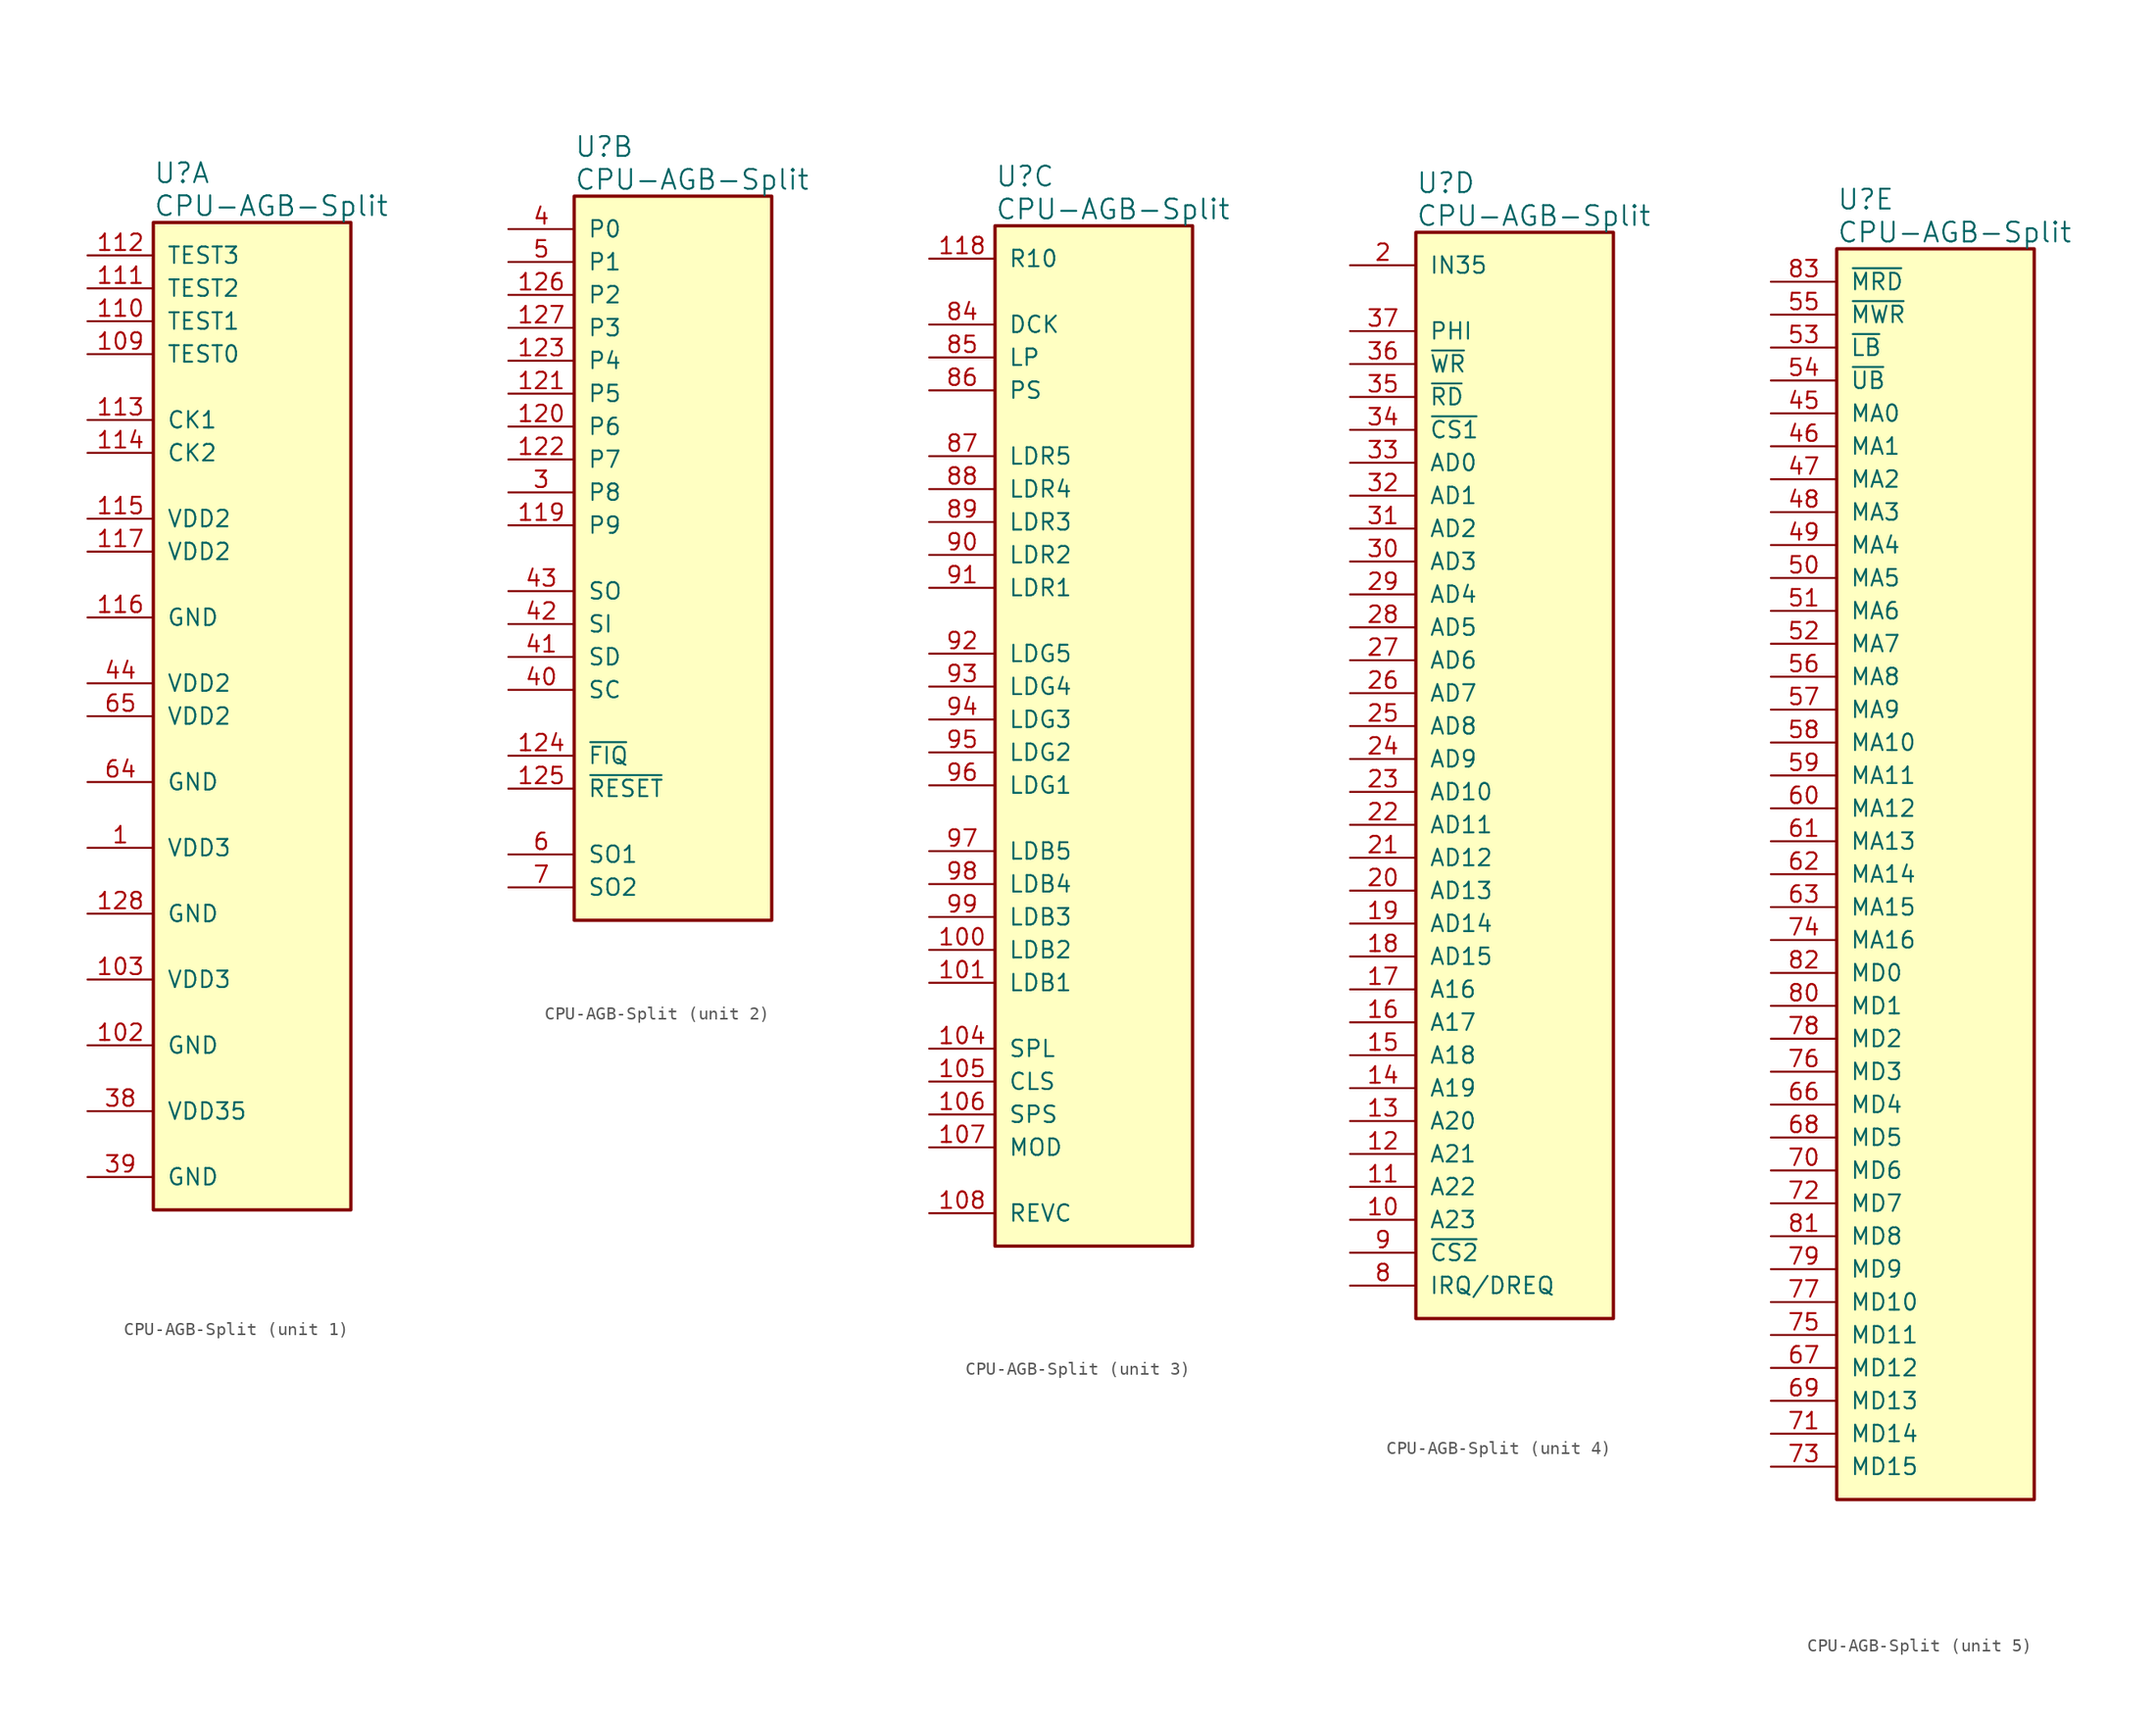
<source format=kicad_sym>
(kicad_symbol_lib
  (version 20231120)
  (generator "kicad_symbol_editor")
  (generator_version "8.0")
  (symbol "CPU-AGB-Split"
    (pin_names
      (offset 1.016))
    (property "Reference" "U"
      (at 5.08 6.35 0)
      (effects (font (size 1.524 1.524)) (justify left)))
    (property "Value" "CPU-AGB-Split"
      (at 5.08 3.81 0)
      (effects (font (size 1.524 1.524)) (justify left)))
    (property "ki_locked" ""
      (at 0 0 0)
      (effects (font (size 1.27 1.27))))
    (symbol "CPU-AGB-Split_1_1"
      (rectangle (start 5.08 2.54) (end 20.32 -73.66) (stroke (width 0.254) (type solid)) (fill (type background)))
      (pin power_in line (at 0 -45.72 0) (length 5.08) (name "VDD3" (effects (font (size 1.27 1.27)))) (number "1" (effects (font (size 1.27 1.27)))))
      (pin power_in line (at 0 -60.96 0) (length 5.08) (name "GND" (effects (font (size 1.27 1.27)))) (number "102" (effects (font (size 1.27 1.27)))))
      (pin power_in line (at 0 -55.88 0) (length 5.08) (name "VDD3" (effects (font (size 1.27 1.27)))) (number "103" (effects (font (size 1.27 1.27)))))
      (pin input line (at 0 -7.62 0) (length 5.08) (name "TEST0" (effects (font (size 1.27 1.27)))) (number "109" (effects (font (size 1.27 1.27)))))
      (pin input line (at 0 -5.08 0) (length 5.08) (name "TEST1" (effects (font (size 1.27 1.27)))) (number "110" (effects (font (size 1.27 1.27)))))
      (pin input line (at 0 -2.54 0) (length 5.08) (name "TEST2" (effects (font (size 1.27 1.27)))) (number "111" (effects (font (size 1.27 1.27)))))
      (pin input line (at 0 0 0) (length 5.08) (name "TEST3" (effects (font (size 1.27 1.27)))) (number "112" (effects (font (size 1.27 1.27)))))
      (pin passive line (at 0 -12.7 0) (length 5.08) (name "CK1" (effects (font (size 1.27 1.27)))) (number "113" (effects (font (size 1.27 1.27)))))
      (pin passive line (at 0 -15.24 0) (length 5.08) (name "CK2" (effects (font (size 1.27 1.27)))) (number "114" (effects (font (size 1.27 1.27)))))
      (pin power_in line (at 0 -20.32 0) (length 5.08) (name "VDD2" (effects (font (size 1.27 1.27)))) (number "115" (effects (font (size 1.27 1.27)))))
      (pin power_in line (at 0 -27.94 0) (length 5.08) (name "GND" (effects (font (size 1.27 1.27)))) (number "116" (effects (font (size 1.27 1.27)))))
      (pin power_in line (at 0 -22.86 0) (length 5.08) (name "VDD2" (effects (font (size 1.27 1.27)))) (number "117" (effects (font (size 1.27 1.27)))))
      (pin power_in line (at 0 -50.8 0) (length 5.08) (name "GND" (effects (font (size 1.27 1.27)))) (number "128" (effects (font (size 1.27 1.27)))))
      (pin power_in line (at 0 -66.04 0) (length 5.08) (name "VDD35" (effects (font (size 1.27 1.27)))) (number "38" (effects (font (size 1.27 1.27)))))
      (pin power_in line (at 0 -71.12 0) (length 5.08) (name "GND" (effects (font (size 1.27 1.27)))) (number "39" (effects (font (size 1.27 1.27)))))
      (pin power_in line (at 0 -33.02 0) (length 5.08) (name "VDD2" (effects (font (size 1.27 1.27)))) (number "44" (effects (font (size 1.27 1.27)))))
      (pin power_in line (at 0 -40.64 0) (length 5.08) (name "GND" (effects (font (size 1.27 1.27)))) (number "64" (effects (font (size 1.27 1.27)))))
      (pin power_in line (at 0 -35.56 0) (length 5.08) (name "VDD2" (effects (font (size 1.27 1.27)))) (number "65" (effects (font (size 1.27 1.27))))))
    (symbol "CPU-AGB-Split_2_1"
      (rectangle (start 5.08 2.54) (end 20.32 -53.34) (stroke (width 0.254) (type solid)) (fill (type background)))
      (pin input line (at 0 -22.86 0) (length 5.08) (name "P9" (effects (font (size 1.27 1.27)))) (number "119" (effects (font (size 1.27 1.27)))))
      (pin input line (at 0 -15.24 0) (length 5.08) (name "P6" (effects (font (size 1.27 1.27)))) (number "120" (effects (font (size 1.27 1.27)))))
      (pin input line (at 0 -12.7 0) (length 5.08) (name "P5" (effects (font (size 1.27 1.27)))) (number "121" (effects (font (size 1.27 1.27)))))
      (pin input line (at 0 -17.78 0) (length 5.08) (name "P7" (effects (font (size 1.27 1.27)))) (number "122" (effects (font (size 1.27 1.27)))))
      (pin input line (at 0 -10.16 0) (length 5.08) (name "P4" (effects (font (size 1.27 1.27)))) (number "123" (effects (font (size 1.27 1.27)))))
      (pin input line (at 0 -40.64 0) (length 5.08) (name "~{FIQ}" (effects (font (size 1.27 1.27)))) (number "124" (effects (font (size 1.27 1.27)))))
      (pin bidirectional line (at 0 -43.18 0) (length 5.08) (name "~{RESET}" (effects (font (size 1.27 1.27)))) (number "125" (effects (font (size 1.27 1.27)))))
      (pin input line (at 0 -5.08 0) (length 5.08) (name "P2" (effects (font (size 1.27 1.27)))) (number "126" (effects (font (size 1.27 1.27)))))
      (pin input line (at 0 -7.62 0) (length 5.08) (name "P3" (effects (font (size 1.27 1.27)))) (number "127" (effects (font (size 1.27 1.27)))))
      (pin input line (at 0 -20.32 0) (length 5.08) (name "P8" (effects (font (size 1.27 1.27)))) (number "3" (effects (font (size 1.27 1.27)))))
      (pin input line (at 0 0 0) (length 5.08) (name "P0" (effects (font (size 1.27 1.27)))) (number "4" (effects (font (size 1.27 1.27)))))
      (pin bidirectional line (at 0 -35.56 0) (length 5.08) (name "SC" (effects (font (size 1.27 1.27)))) (number "40" (effects (font (size 1.27 1.27)))))
      (pin bidirectional line (at 0 -33.02 0) (length 5.08) (name "SD" (effects (font (size 1.27 1.27)))) (number "41" (effects (font (size 1.27 1.27)))))
      (pin input line (at 0 -30.48 0) (length 5.08) (name "SI" (effects (font (size 1.27 1.27)))) (number "42" (effects (font (size 1.27 1.27)))))
      (pin output line (at 0 -27.94 0) (length 5.08) (name "SO" (effects (font (size 1.27 1.27)))) (number "43" (effects (font (size 1.27 1.27)))))
      (pin input line (at 0 -2.54 0) (length 5.08) (name "P1" (effects (font (size 1.27 1.27)))) (number "5" (effects (font (size 1.27 1.27)))))
      (pin output line (at 0 -48.26 0) (length 5.08) (name "SO1" (effects (font (size 1.27 1.27)))) (number "6" (effects (font (size 1.27 1.27)))))
      (pin output line (at 0 -50.8 0) (length 5.08) (name "SO2" (effects (font (size 1.27 1.27)))) (number "7" (effects (font (size 1.27 1.27))))))
    (symbol "CPU-AGB-Split_3_1"
      (rectangle (start 5.08 2.54) (end 20.32 -76.2) (stroke (width 0.254) (type solid)) (fill (type background)))
      (pin output line (at 0 -53.34 0) (length 5.08) (name "LDB2" (effects (font (size 1.27 1.27)))) (number "100" (effects (font (size 1.27 1.27)))))
      (pin output line (at 0 -55.88 0) (length 5.08) (name "LDB1" (effects (font (size 1.27 1.27)))) (number "101" (effects (font (size 1.27 1.27)))))
      (pin output line (at 0 -60.96 0) (length 5.08) (name "SPL" (effects (font (size 1.27 1.27)))) (number "104" (effects (font (size 1.27 1.27)))))
      (pin output line (at 0 -63.5 0) (length 5.08) (name "CLS" (effects (font (size 1.27 1.27)))) (number "105" (effects (font (size 1.27 1.27)))))
      (pin output line (at 0 -66.04 0) (length 5.08) (name "SPS" (effects (font (size 1.27 1.27)))) (number "106" (effects (font (size 1.27 1.27)))))
      (pin output line (at 0 -68.58 0) (length 5.08) (name "MOD" (effects (font (size 1.27 1.27)))) (number "107" (effects (font (size 1.27 1.27)))))
      (pin output line (at 0 -73.66 0) (length 5.08) (name "REVC" (effects (font (size 1.27 1.27)))) (number "108" (effects (font (size 1.27 1.27)))))
      (pin output line (at 0 0 0) (length 5.08) (name "R10" (effects (font (size 1.27 1.27)))) (number "118" (effects (font (size 1.27 1.27)))))
      (pin output line (at 0 -5.08 0) (length 5.08) (name "DCK" (effects (font (size 1.27 1.27)))) (number "84" (effects (font (size 1.27 1.27)))))
      (pin output line (at 0 -7.62 0) (length 5.08) (name "LP" (effects (font (size 1.27 1.27)))) (number "85" (effects (font (size 1.27 1.27)))))
      (pin output line (at 0 -10.16 0) (length 5.08) (name "PS" (effects (font (size 1.27 1.27)))) (number "86" (effects (font (size 1.27 1.27)))))
      (pin output line (at 0 -15.24 0) (length 5.08) (name "LDR5" (effects (font (size 1.27 1.27)))) (number "87" (effects (font (size 1.27 1.27)))))
      (pin output line (at 0 -17.78 0) (length 5.08) (name "LDR4" (effects (font (size 1.27 1.27)))) (number "88" (effects (font (size 1.27 1.27)))))
      (pin output line (at 0 -20.32 0) (length 5.08) (name "LDR3" (effects (font (size 1.27 1.27)))) (number "89" (effects (font (size 1.27 1.27)))))
      (pin output line (at 0 -22.86 0) (length 5.08) (name "LDR2" (effects (font (size 1.27 1.27)))) (number "90" (effects (font (size 1.27 1.27)))))
      (pin output line (at 0 -25.4 0) (length 5.08) (name "LDR1" (effects (font (size 1.27 1.27)))) (number "91" (effects (font (size 1.27 1.27)))))
      (pin output line (at 0 -30.48 0) (length 5.08) (name "LDG5" (effects (font (size 1.27 1.27)))) (number "92" (effects (font (size 1.27 1.27)))))
      (pin output line (at 0 -33.02 0) (length 5.08) (name "LDG4" (effects (font (size 1.27 1.27)))) (number "93" (effects (font (size 1.27 1.27)))))
      (pin output line (at 0 -35.56 0) (length 5.08) (name "LDG3" (effects (font (size 1.27 1.27)))) (number "94" (effects (font (size 1.27 1.27)))))
      (pin output line (at 0 -38.1 0) (length 5.08) (name "LDG2" (effects (font (size 1.27 1.27)))) (number "95" (effects (font (size 1.27 1.27)))))
      (pin output line (at 0 -40.64 0) (length 5.08) (name "LDG1" (effects (font (size 1.27 1.27)))) (number "96" (effects (font (size 1.27 1.27)))))
      (pin output line (at 0 -45.72 0) (length 5.08) (name "LDB5" (effects (font (size 1.27 1.27)))) (number "97" (effects (font (size 1.27 1.27)))))
      (pin output line (at 0 -48.26 0) (length 5.08) (name "LDB4" (effects (font (size 1.27 1.27)))) (number "98" (effects (font (size 1.27 1.27)))))
      (pin output line (at 0 -50.8 0) (length 5.08) (name "LDB3" (effects (font (size 1.27 1.27)))) (number "99" (effects (font (size 1.27 1.27))))))
    (symbol "CPU-AGB-Split_4_1"
      (rectangle (start 5.08 2.54) (end 20.32 -81.28) (stroke (width 0.254) (type solid)) (fill (type background)))
      (pin bidirectional line (at 0 -73.66 0) (length 5.08) (name "A23" (effects (font (size 1.27 1.27)))) (number "10" (effects (font (size 1.27 1.27)))))
      (pin bidirectional line (at 0 -71.12 0) (length 5.08) (name "A22" (effects (font (size 1.27 1.27)))) (number "11" (effects (font (size 1.27 1.27)))))
      (pin bidirectional line (at 0 -68.58 0) (length 5.08) (name "A21" (effects (font (size 1.27 1.27)))) (number "12" (effects (font (size 1.27 1.27)))))
      (pin bidirectional line (at 0 -66.04 0) (length 5.08) (name "A20" (effects (font (size 1.27 1.27)))) (number "13" (effects (font (size 1.27 1.27)))))
      (pin bidirectional line (at 0 -63.5 0) (length 5.08) (name "A19" (effects (font (size 1.27 1.27)))) (number "14" (effects (font (size 1.27 1.27)))))
      (pin bidirectional line (at 0 -60.96 0) (length 5.08) (name "A18" (effects (font (size 1.27 1.27)))) (number "15" (effects (font (size 1.27 1.27)))))
      (pin bidirectional line (at 0 -58.42 0) (length 5.08) (name "A17" (effects (font (size 1.27 1.27)))) (number "16" (effects (font (size 1.27 1.27)))))
      (pin bidirectional line (at 0 -55.88 0) (length 5.08) (name "A16" (effects (font (size 1.27 1.27)))) (number "17" (effects (font (size 1.27 1.27)))))
      (pin bidirectional line (at 0 -53.34 0) (length 5.08) (name "AD15" (effects (font (size 1.27 1.27)))) (number "18" (effects (font (size 1.27 1.27)))))
      (pin bidirectional line (at 0 -50.8 0) (length 5.08) (name "AD14" (effects (font (size 1.27 1.27)))) (number "19" (effects (font (size 1.27 1.27)))))
      (pin input line (at 0 0 0) (length 5.08) (name "IN35" (effects (font (size 1.27 1.27)))) (number "2" (effects (font (size 1.27 1.27)))))
      (pin bidirectional line (at 0 -48.26 0) (length 5.08) (name "AD13" (effects (font (size 1.27 1.27)))) (number "20" (effects (font (size 1.27 1.27)))))
      (pin bidirectional line (at 0 -45.72 0) (length 5.08) (name "AD12" (effects (font (size 1.27 1.27)))) (number "21" (effects (font (size 1.27 1.27)))))
      (pin bidirectional line (at 0 -43.18 0) (length 5.08) (name "AD11" (effects (font (size 1.27 1.27)))) (number "22" (effects (font (size 1.27 1.27)))))
      (pin bidirectional line (at 0 -40.64 0) (length 5.08) (name "AD10" (effects (font (size 1.27 1.27)))) (number "23" (effects (font (size 1.27 1.27)))))
      (pin bidirectional line (at 0 -38.1 0) (length 5.08) (name "AD9" (effects (font (size 1.27 1.27)))) (number "24" (effects (font (size 1.27 1.27)))))
      (pin bidirectional line (at 0 -35.56 0) (length 5.08) (name "AD8" (effects (font (size 1.27 1.27)))) (number "25" (effects (font (size 1.27 1.27)))))
      (pin bidirectional line (at 0 -33.02 0) (length 5.08) (name "AD7" (effects (font (size 1.27 1.27)))) (number "26" (effects (font (size 1.27 1.27)))))
      (pin bidirectional line (at 0 -30.48 0) (length 5.08) (name "AD6" (effects (font (size 1.27 1.27)))) (number "27" (effects (font (size 1.27 1.27)))))
      (pin bidirectional line (at 0 -27.94 0) (length 5.08) (name "AD5" (effects (font (size 1.27 1.27)))) (number "28" (effects (font (size 1.27 1.27)))))
      (pin bidirectional line (at 0 -25.4 0) (length 5.08) (name "AD4" (effects (font (size 1.27 1.27)))) (number "29" (effects (font (size 1.27 1.27)))))
      (pin bidirectional line (at 0 -22.86 0) (length 5.08) (name "AD3" (effects (font (size 1.27 1.27)))) (number "30" (effects (font (size 1.27 1.27)))))
      (pin bidirectional line (at 0 -20.32 0) (length 5.08) (name "AD2" (effects (font (size 1.27 1.27)))) (number "31" (effects (font (size 1.27 1.27)))))
      (pin bidirectional line (at 0 -17.78 0) (length 5.08) (name "AD1" (effects (font (size 1.27 1.27)))) (number "32" (effects (font (size 1.27 1.27)))))
      (pin bidirectional line (at 0 -15.24 0) (length 5.08) (name "AD0" (effects (font (size 1.27 1.27)))) (number "33" (effects (font (size 1.27 1.27)))))
      (pin output line (at 0 -12.7 0) (length 5.08) (name "~{CS1}" (effects (font (size 1.27 1.27)))) (number "34" (effects (font (size 1.27 1.27)))))
      (pin output line (at 0 -10.16 0) (length 5.08) (name "~{RD}" (effects (font (size 1.27 1.27)))) (number "35" (effects (font (size 1.27 1.27)))))
      (pin output line (at 0 -7.62 0) (length 5.08) (name "~{WR}" (effects (font (size 1.27 1.27)))) (number "36" (effects (font (size 1.27 1.27)))))
      (pin output line (at 0 -5.08 0) (length 5.08) (name "PHI" (effects (font (size 1.27 1.27)))) (number "37" (effects (font (size 1.27 1.27)))))
      (pin input line (at 0 -78.74 0) (length 5.08) (name "IRQ/DREQ" (effects (font (size 1.27 1.27)))) (number "8" (effects (font (size 1.27 1.27)))))
      (pin bidirectional line (at 0 -76.2 0) (length 5.08) (name "~{CS2}" (effects (font (size 1.27 1.27)))) (number "9" (effects (font (size 1.27 1.27))))))
    (symbol "CPU-AGB-Split_5_1"
      (rectangle (start 5.08 2.54) (end 20.32 -93.98) (stroke (width 0.254) (type solid)) (fill (type background)))
      (pin output line (at 0 -10.16 0) (length 5.08) (name "MA0" (effects (font (size 1.27 1.27)))) (number "45" (effects (font (size 1.27 1.27)))))
      (pin output line (at 0 -12.7 0) (length 5.08) (name "MA1" (effects (font (size 1.27 1.27)))) (number "46" (effects (font (size 1.27 1.27)))))
      (pin output line (at 0 -15.24 0) (length 5.08) (name "MA2" (effects (font (size 1.27 1.27)))) (number "47" (effects (font (size 1.27 1.27)))))
      (pin output line (at 0 -17.78 0) (length 5.08) (name "MA3" (effects (font (size 1.27 1.27)))) (number "48" (effects (font (size 1.27 1.27)))))
      (pin output line (at 0 -20.32 0) (length 5.08) (name "MA4" (effects (font (size 1.27 1.27)))) (number "49" (effects (font (size 1.27 1.27)))))
      (pin output line (at 0 -22.86 0) (length 5.08) (name "MA5" (effects (font (size 1.27 1.27)))) (number "50" (effects (font (size 1.27 1.27)))))
      (pin output line (at 0 -25.4 0) (length 5.08) (name "MA6" (effects (font (size 1.27 1.27)))) (number "51" (effects (font (size 1.27 1.27)))))
      (pin output line (at 0 -27.94 0) (length 5.08) (name "MA7" (effects (font (size 1.27 1.27)))) (number "52" (effects (font (size 1.27 1.27)))))
      (pin output line (at 0 -5.08 0) (length 5.08) (name "~{LB}" (effects (font (size 1.27 1.27)))) (number "53" (effects (font (size 1.27 1.27)))))
      (pin output line (at 0 -7.62 0) (length 5.08) (name "~{UB}" (effects (font (size 1.27 1.27)))) (number "54" (effects (font (size 1.27 1.27)))))
      (pin output line (at 0 -2.54 0) (length 5.08) (name "~{MWR}" (effects (font (size 1.27 1.27)))) (number "55" (effects (font (size 1.27 1.27)))))
      (pin output line (at 0 -30.48 0) (length 5.08) (name "MA8" (effects (font (size 1.27 1.27)))) (number "56" (effects (font (size 1.27 1.27)))))
      (pin output line (at 0 -33.02 0) (length 5.08) (name "MA9" (effects (font (size 1.27 1.27)))) (number "57" (effects (font (size 1.27 1.27)))))
      (pin output line (at 0 -35.56 0) (length 5.08) (name "MA10" (effects (font (size 1.27 1.27)))) (number "58" (effects (font (size 1.27 1.27)))))
      (pin output line (at 0 -38.1 0) (length 5.08) (name "MA11" (effects (font (size 1.27 1.27)))) (number "59" (effects (font (size 1.27 1.27)))))
      (pin output line (at 0 -40.64 0) (length 5.08) (name "MA12" (effects (font (size 1.27 1.27)))) (number "60" (effects (font (size 1.27 1.27)))))
      (pin output line (at 0 -43.18 0) (length 5.08) (name "MA13" (effects (font (size 1.27 1.27)))) (number "61" (effects (font (size 1.27 1.27)))))
      (pin output line (at 0 -45.72 0) (length 5.08) (name "MA14" (effects (font (size 1.27 1.27)))) (number "62" (effects (font (size 1.27 1.27)))))
      (pin output line (at 0 -48.26 0) (length 5.08) (name "MA15" (effects (font (size 1.27 1.27)))) (number "63" (effects (font (size 1.27 1.27)))))
      (pin bidirectional line (at 0 -63.5 0) (length 5.08) (name "MD4" (effects (font (size 1.27 1.27)))) (number "66" (effects (font (size 1.27 1.27)))))
      (pin bidirectional line (at 0 -83.82 0) (length 5.08) (name "MD12" (effects (font (size 1.27 1.27)))) (number "67" (effects (font (size 1.27 1.27)))))
      (pin bidirectional line (at 0 -66.04 0) (length 5.08) (name "MD5" (effects (font (size 1.27 1.27)))) (number "68" (effects (font (size 1.27 1.27)))))
      (pin bidirectional line (at 0 -86.36 0) (length 5.08) (name "MD13" (effects (font (size 1.27 1.27)))) (number "69" (effects (font (size 1.27 1.27)))))
      (pin bidirectional line (at 0 -68.58 0) (length 5.08) (name "MD6" (effects (font (size 1.27 1.27)))) (number "70" (effects (font (size 1.27 1.27)))))
      (pin bidirectional line (at 0 -88.9 0) (length 5.08) (name "MD14" (effects (font (size 1.27 1.27)))) (number "71" (effects (font (size 1.27 1.27)))))
      (pin bidirectional line (at 0 -71.12 0) (length 5.08) (name "MD7" (effects (font (size 1.27 1.27)))) (number "72" (effects (font (size 1.27 1.27)))))
      (pin bidirectional line (at 0 -91.44 0) (length 5.08) (name "MD15" (effects (font (size 1.27 1.27)))) (number "73" (effects (font (size 1.27 1.27)))))
      (pin output line (at 0 -50.8 0) (length 5.08) (name "MA16" (effects (font (size 1.27 1.27)))) (number "74" (effects (font (size 1.27 1.27)))))
      (pin bidirectional line (at 0 -81.28 0) (length 5.08) (name "MD11" (effects (font (size 1.27 1.27)))) (number "75" (effects (font (size 1.27 1.27)))))
      (pin bidirectional line (at 0 -60.96 0) (length 5.08) (name "MD3" (effects (font (size 1.27 1.27)))) (number "76" (effects (font (size 1.27 1.27)))))
      (pin bidirectional line (at 0 -78.74 0) (length 5.08) (name "MD10" (effects (font (size 1.27 1.27)))) (number "77" (effects (font (size 1.27 1.27)))))
      (pin bidirectional line (at 0 -58.42 0) (length 5.08) (name "MD2" (effects (font (size 1.27 1.27)))) (number "78" (effects (font (size 1.27 1.27)))))
      (pin bidirectional line (at 0 -76.2 0) (length 5.08) (name "MD9" (effects (font (size 1.27 1.27)))) (number "79" (effects (font (size 1.27 1.27)))))
      (pin bidirectional line (at 0 -55.88 0) (length 5.08) (name "MD1" (effects (font (size 1.27 1.27)))) (number "80" (effects (font (size 1.27 1.27)))))
      (pin bidirectional line (at 0 -73.66 0) (length 5.08) (name "MD8" (effects (font (size 1.27 1.27)))) (number "81" (effects (font (size 1.27 1.27)))))
      (pin bidirectional line (at 0 -53.34 0) (length 5.08) (name "MD0" (effects (font (size 1.27 1.27)))) (number "82" (effects (font (size 1.27 1.27)))))
      (pin output line (at 0 0 0) (length 5.08) (name "~{MRD}" (effects (font (size 1.27 1.27)))) (number "83" (effects (font (size 1.27 1.27))))))))
</source>
